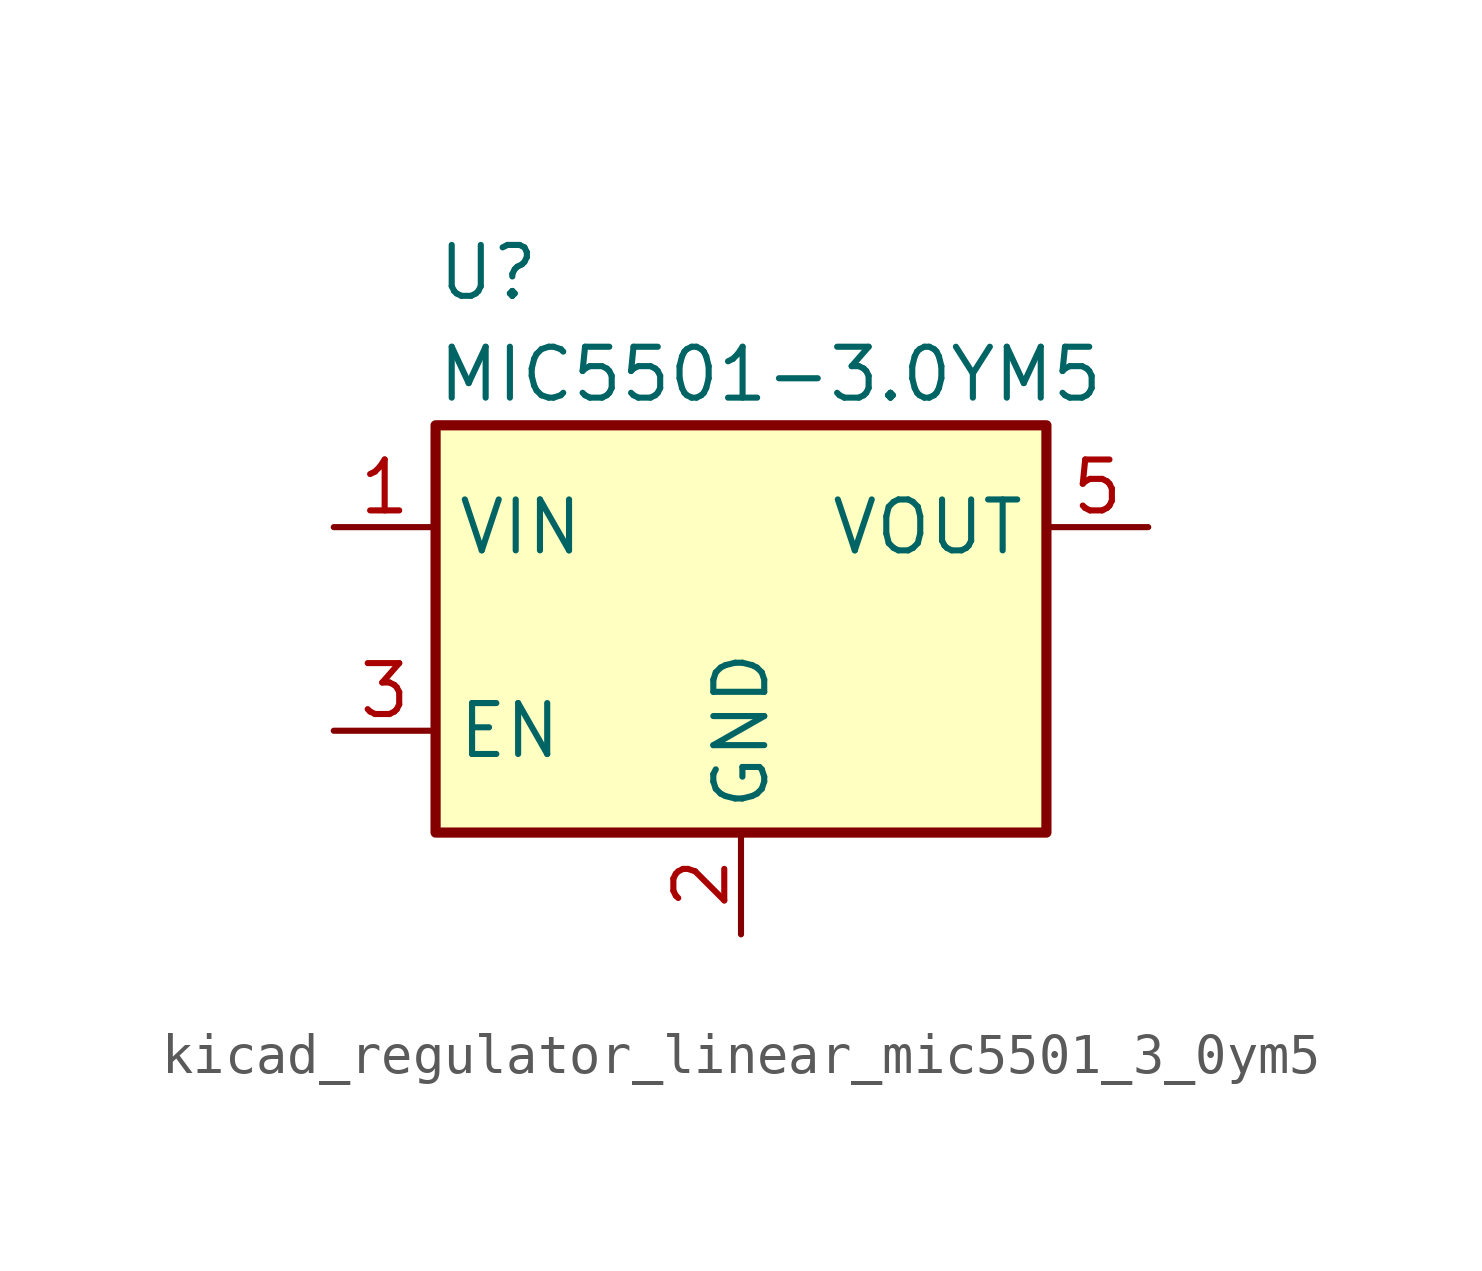
<source format=kicad_sym>
(kicad_symbol_lib
  (version 20220914)
  (generator kicad_symbol_editor)
  (symbol "kicad_regulator_linear_mic5501_3_0ym5"
    (property "Reference" "U"
      (at -7.62 8.89 0)
      (effects (font (size 1.27 1.27)) (justify left)))
    (property "Value" "MIC5501-3.0YM5"
      (at -7.62 6.35 0)
      (effects (font (size 1.27 1.27)) (justify left)))
    (symbol "kicad_regulator_linear_mic5501_3_0ym5_0_1"
      (rectangle (start -7.62 -5.08) (end 7.62 5.08) (stroke (width 0.254) (type default)) (fill (type background))))
    (symbol "kicad_regulator_linear_mic5501_3_0ym5_1_1"
      (pin power_in line (at -10.16 2.54 0) (length 2.54) (name "VIN" (effects (font (size 1.27 1.27)))) (number "1" (effects (font (size 1.27 1.27)))))
      (pin power_in line (at 0 -7.62 90) (length 2.54) (name "GND" (effects (font (size 1.27 1.27)))) (number "2" (effects (font (size 1.27 1.27)))))
      (pin input line (at -10.16 -2.54 0) (length 2.54) (name "EN" (effects (font (size 1.27 1.27)))) (number "3" (effects (font (size 1.27 1.27)))))
      (pin no_connect line (at 7.62 -2.54 180) (length 2.54) hide (name "NC" (effects (font (size 1.27 1.27)))) (number "4" (effects (font (size 1.27 1.27)))))
      (pin power_out line (at 10.16 2.54 180) (length 2.54) (name "VOUT" (effects (font (size 1.27 1.27)))) (number "5" (effects (font (size 1.27 1.27))))))))
</source>
